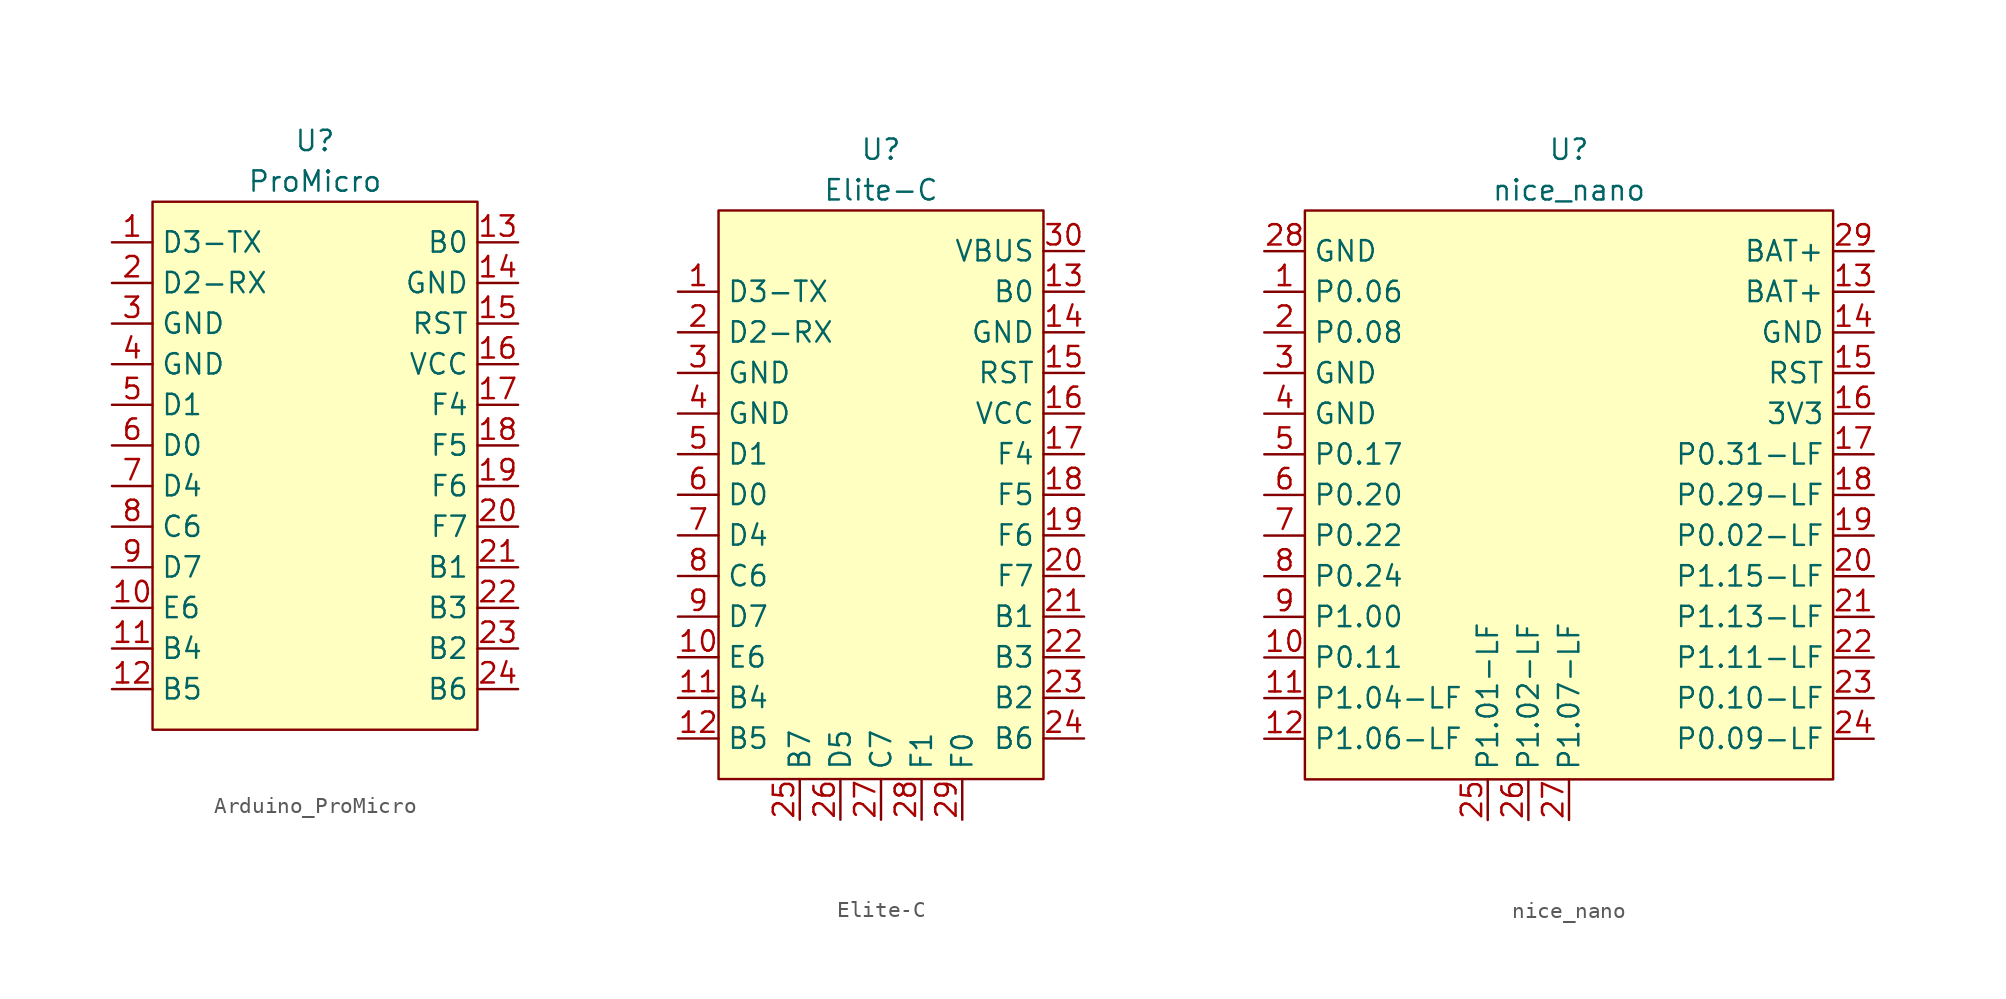
<source format=kicad_sym>
(kicad_symbol_lib
  (version 20231120)
  (generator "kicad_symbol_editor")
  (generator_version "8.0")
  (symbol "Arduino_ProMicro"
    (property "Reference" "U"
      (at 0 20.32 0)
      (effects (font (size 1.27 1.27))))
    (property "Value" "ProMicro"
      (at 0 17.78 0)
      (effects (font (size 1.27 1.27))))
    (symbol "Arduino_ProMicro_0_0"
      (pin bidirectional line (at -12.7 13.97 0) (length 2.54) (name "D3-TX" (effects (font (size 1.27 1.27)))) (number "1" (effects (font (size 1.27 1.27)))))
      (pin bidirectional line (at -12.7 -8.89 0) (length 2.54) (name "E6" (effects (font (size 1.27 1.27)))) (number "10" (effects (font (size 1.27 1.27)))))
      (pin bidirectional line (at -12.7 -11.43 0) (length 2.54) (name "B4" (effects (font (size 1.27 1.27)))) (number "11" (effects (font (size 1.27 1.27)))))
      (pin bidirectional line (at -12.7 -13.97 0) (length 2.54) (name "B5" (effects (font (size 1.27 1.27)))) (number "12" (effects (font (size 1.27 1.27)))))
      (pin power_out line (at 12.7 11.43 180) (length 2.54) (name "GND" (effects (font (size 1.27 1.27)))) (number "14" (effects (font (size 1.27 1.27)))))
      (pin bidirectional line (at 12.7 8.89 180) (length 2.54) (name "RST" (effects (font (size 1.27 1.27)))) (number "15" (effects (font (size 1.27 1.27)))))
      (pin bidirectional line (at 12.7 3.81 180) (length 2.54) (name "F4" (effects (font (size 1.27 1.27)))) (number "17" (effects (font (size 1.27 1.27)))))
      (pin bidirectional line (at 12.7 1.27 180) (length 2.54) (name "F5" (effects (font (size 1.27 1.27)))) (number "18" (effects (font (size 1.27 1.27)))))
      (pin bidirectional line (at 12.7 -1.27 180) (length 2.54) (name "F6" (effects (font (size 1.27 1.27)))) (number "19" (effects (font (size 1.27 1.27)))))
      (pin bidirectional line (at -12.7 11.43 0) (length 2.54) (name "D2-RX" (effects (font (size 1.27 1.27)))) (number "2" (effects (font (size 1.27 1.27)))))
      (pin bidirectional line (at 12.7 -3.81 180) (length 2.54) (name "F7" (effects (font (size 1.27 1.27)))) (number "20" (effects (font (size 1.27 1.27)))))
      (pin bidirectional line (at 12.7 -6.35 180) (length 2.54) (name "B1" (effects (font (size 1.27 1.27)))) (number "21" (effects (font (size 1.27 1.27)))))
      (pin bidirectional line (at 12.7 -8.89 180) (length 2.54) (name "B3" (effects (font (size 1.27 1.27)))) (number "22" (effects (font (size 1.27 1.27)))))
      (pin bidirectional line (at 12.7 -11.43 180) (length 2.54) (name "B2" (effects (font (size 1.27 1.27)))) (number "23" (effects (font (size 1.27 1.27)))))
      (pin bidirectional line (at 12.7 -13.97 180) (length 2.54) (name "B6" (effects (font (size 1.27 1.27)))) (number "24" (effects (font (size 1.27 1.27)))))
      (pin power_out line (at -12.7 8.89 0) (length 2.54) (name "GND" (effects (font (size 1.27 1.27)))) (number "3" (effects (font (size 1.27 1.27)))))
      (pin power_out line (at -12.7 6.35 0) (length 2.54) (name "GND" (effects (font (size 1.27 1.27)))) (number "4" (effects (font (size 1.27 1.27)))))
      (pin bidirectional line (at -12.7 3.81 0) (length 2.54) (name "D1" (effects (font (size 1.27 1.27)))) (number "5" (effects (font (size 1.27 1.27)))))
      (pin bidirectional line (at -12.7 1.27 0) (length 2.54) (name "D0" (effects (font (size 1.27 1.27)))) (number "6" (effects (font (size 1.27 1.27)))))
      (pin bidirectional line (at -12.7 -1.27 0) (length 2.54) (name "D4" (effects (font (size 1.27 1.27)))) (number "7" (effects (font (size 1.27 1.27)))))
      (pin bidirectional line (at -12.7 -3.81 0) (length 2.54) (name "C6" (effects (font (size 1.27 1.27)))) (number "8" (effects (font (size 1.27 1.27)))))
      (pin bidirectional line (at -12.7 -6.35 0) (length 2.54) (name "D7" (effects (font (size 1.27 1.27)))) (number "9" (effects (font (size 1.27 1.27))))))
    (symbol "Arduino_ProMicro_1_0"
      (pin bidirectional line (at 12.7 13.97 180) (length 2.54) (name "B0" (effects (font (size 1.27 1.27)))) (number "13" (effects (font (size 1.27 1.27)))))
      (pin power_out line (at 12.7 6.35 180) (length 2.54) (name "VCC" (effects (font (size 1.27 1.27)))) (number "16" (effects (font (size 1.27 1.27))))))
    (symbol "Arduino_ProMicro_1_1"
      (rectangle (start -10.16 16.51) (end 10.16 -16.51) (stroke (width 0) (type default)) (fill (type background)))))
  (symbol "Elite-C"
    (property "Reference" "U"
      (at 0 22.86 0)
      (effects (font (size 1.27 1.27))))
    (property "Value" "Elite-C"
      (at 0 20.32 0)
      (effects (font (size 1.27 1.27))))
    (symbol "Elite-C_0_0"
      (pin bidirectional line (at -12.7 13.97 0) (length 2.54) (name "D3-TX" (effects (font (size 1.27 1.27)))) (number "1" (effects (font (size 1.27 1.27)))))
      (pin bidirectional line (at -12.7 -8.89 0) (length 2.54) (name "E6" (effects (font (size 1.27 1.27)))) (number "10" (effects (font (size 1.27 1.27)))))
      (pin bidirectional line (at -12.7 -11.43 0) (length 2.54) (name "B4" (effects (font (size 1.27 1.27)))) (number "11" (effects (font (size 1.27 1.27)))))
      (pin bidirectional line (at -12.7 -13.97 0) (length 2.54) (name "B5" (effects (font (size 1.27 1.27)))) (number "12" (effects (font (size 1.27 1.27)))))
      (pin power_out line (at 12.7 11.43 180) (length 2.54) (name "GND" (effects (font (size 1.27 1.27)))) (number "14" (effects (font (size 1.27 1.27)))))
      (pin bidirectional line (at 12.7 8.89 180) (length 2.54) (name "RST" (effects (font (size 1.27 1.27)))) (number "15" (effects (font (size 1.27 1.27)))))
      (pin bidirectional line (at 12.7 3.81 180) (length 2.54) (name "F4" (effects (font (size 1.27 1.27)))) (number "17" (effects (font (size 1.27 1.27)))))
      (pin bidirectional line (at 12.7 1.27 180) (length 2.54) (name "F5" (effects (font (size 1.27 1.27)))) (number "18" (effects (font (size 1.27 1.27)))))
      (pin bidirectional line (at 12.7 -1.27 180) (length 2.54) (name "F6" (effects (font (size 1.27 1.27)))) (number "19" (effects (font (size 1.27 1.27)))))
      (pin bidirectional line (at -12.7 11.43 0) (length 2.54) (name "D2-RX" (effects (font (size 1.27 1.27)))) (number "2" (effects (font (size 1.27 1.27)))))
      (pin bidirectional line (at 12.7 -3.81 180) (length 2.54) (name "F7" (effects (font (size 1.27 1.27)))) (number "20" (effects (font (size 1.27 1.27)))))
      (pin bidirectional line (at 12.7 -6.35 180) (length 2.54) (name "B1" (effects (font (size 1.27 1.27)))) (number "21" (effects (font (size 1.27 1.27)))))
      (pin bidirectional line (at 12.7 -8.89 180) (length 2.54) (name "B3" (effects (font (size 1.27 1.27)))) (number "22" (effects (font (size 1.27 1.27)))))
      (pin bidirectional line (at 12.7 -11.43 180) (length 2.54) (name "B2" (effects (font (size 1.27 1.27)))) (number "23" (effects (font (size 1.27 1.27)))))
      (pin bidirectional line (at 12.7 -13.97 180) (length 2.54) (name "B6" (effects (font (size 1.27 1.27)))) (number "24" (effects (font (size 1.27 1.27)))))
      (pin power_out line (at -12.7 8.89 0) (length 2.54) (name "GND" (effects (font (size 1.27 1.27)))) (number "3" (effects (font (size 1.27 1.27)))))
      (pin power_out line (at -12.7 6.35 0) (length 2.54) (name "GND" (effects (font (size 1.27 1.27)))) (number "4" (effects (font (size 1.27 1.27)))))
      (pin bidirectional line (at -12.7 3.81 0) (length 2.54) (name "D1" (effects (font (size 1.27 1.27)))) (number "5" (effects (font (size 1.27 1.27)))))
      (pin bidirectional line (at -12.7 1.27 0) (length 2.54) (name "D0" (effects (font (size 1.27 1.27)))) (number "6" (effects (font (size 1.27 1.27)))))
      (pin bidirectional line (at -12.7 -1.27 0) (length 2.54) (name "D4" (effects (font (size 1.27 1.27)))) (number "7" (effects (font (size 1.27 1.27)))))
      (pin bidirectional line (at -12.7 -3.81 0) (length 2.54) (name "C6" (effects (font (size 1.27 1.27)))) (number "8" (effects (font (size 1.27 1.27)))))
      (pin bidirectional line (at -12.7 -6.35 0) (length 2.54) (name "D7" (effects (font (size 1.27 1.27)))) (number "9" (effects (font (size 1.27 1.27))))))
    (symbol "Elite-C_1_0"
      (pin bidirectional line (at 12.7 13.97 180) (length 2.54) (name "B0" (effects (font (size 1.27 1.27)))) (number "13" (effects (font (size 1.27 1.27)))))
      (pin power_out line (at 12.7 6.35 180) (length 2.54) (name "VCC" (effects (font (size 1.27 1.27)))) (number "16" (effects (font (size 1.27 1.27)))))
      (pin bidirectional line (at -5.08 -19.05 90) (length 2.54) (name "B7" (effects (font (size 1.27 1.27)))) (number "25" (effects (font (size 1.27 1.27)))))
      (pin bidirectional line (at -2.54 -19.05 90) (length 2.54) (name "D5" (effects (font (size 1.27 1.27)))) (number "26" (effects (font (size 1.27 1.27)))))
      (pin bidirectional line (at 0 -19.05 90) (length 2.54) (name "C7" (effects (font (size 1.27 1.27)))) (number "27" (effects (font (size 1.27 1.27)))))
      (pin bidirectional line (at 2.54 -19.05 90) (length 2.54) (name "F1" (effects (font (size 1.27 1.27)))) (number "28" (effects (font (size 1.27 1.27)))))
      (pin bidirectional line (at 5.08 -19.05 90) (length 2.54) (name "F0" (effects (font (size 1.27 1.27)))) (number "29" (effects (font (size 1.27 1.27)))))
      (pin power_in line (at 12.7 16.51 180) (length 2.54) (name "VBUS" (effects (font (size 1.27 1.27)))) (number "30" (effects (font (size 1.27 1.27))))))
    (symbol "Elite-C_1_1"
      (rectangle (start -10.16 19.05) (end 10.16 -16.51) (stroke (width 0) (type default)) (fill (type background)))))
  (symbol "nice_nano"
    (property "Reference" "U"
      (at 0 22.86 0)
      (effects (font (size 1.27 1.27))))
    (property "Value" "nice_nano"
      (at 0 20.32 0)
      (effects (font (size 1.27 1.27))))
    (symbol "nice_nano_0_0"
      (pin bidirectional line (at -19.05 13.97 0) (length 2.54) (name "P0.06" (effects (font (size 1.27 1.27)))) (number "1" (effects (font (size 1.27 1.27)))))
      (pin bidirectional line (at -19.05 -8.89 0) (length 2.54) (name "P0.11" (effects (font (size 1.27 1.27)))) (number "10" (effects (font (size 1.27 1.27)))))
      (pin bidirectional line (at -19.05 -11.43 0) (length 2.54) (name "P1.04-LF" (effects (font (size 1.27 1.27)))) (number "11" (effects (font (size 1.27 1.27)))))
      (pin bidirectional line (at -19.05 -13.97 0) (length 2.54) (name "P1.06-LF" (effects (font (size 1.27 1.27)))) (number "12" (effects (font (size 1.27 1.27)))))
      (pin power_out line (at 19.05 11.43 180) (length 2.54) (name "GND" (effects (font (size 1.27 1.27)))) (number "14" (effects (font (size 1.27 1.27)))))
      (pin bidirectional line (at 19.05 8.89 180) (length 2.54) (name "RST" (effects (font (size 1.27 1.27)))) (number "15" (effects (font (size 1.27 1.27)))))
      (pin bidirectional line (at 19.05 3.81 180) (length 2.54) (name "P0.31-LF" (effects (font (size 1.27 1.27)))) (number "17" (effects (font (size 1.27 1.27)))))
      (pin bidirectional line (at 19.05 1.27 180) (length 2.54) (name "P0.29-LF" (effects (font (size 1.27 1.27)))) (number "18" (effects (font (size 1.27 1.27)))))
      (pin bidirectional line (at 19.05 -1.27 180) (length 2.54) (name "P0.02-LF" (effects (font (size 1.27 1.27)))) (number "19" (effects (font (size 1.27 1.27)))))
      (pin bidirectional line (at -19.05 11.43 0) (length 2.54) (name "P0.08" (effects (font (size 1.27 1.27)))) (number "2" (effects (font (size 1.27 1.27)))))
      (pin bidirectional line (at 19.05 -3.81 180) (length 2.54) (name "P1.15-LF" (effects (font (size 1.27 1.27)))) (number "20" (effects (font (size 1.27 1.27)))))
      (pin bidirectional line (at 19.05 -6.35 180) (length 2.54) (name "P1.13-LF" (effects (font (size 1.27 1.27)))) (number "21" (effects (font (size 1.27 1.27)))))
      (pin bidirectional line (at 19.05 -8.89 180) (length 2.54) (name "P1.11-LF" (effects (font (size 1.27 1.27)))) (number "22" (effects (font (size 1.27 1.27)))))
      (pin bidirectional line (at 19.05 -13.97 180) (length 2.54) (name "P0.09-LF" (effects (font (size 1.27 1.27)))) (number "24" (effects (font (size 1.27 1.27)))))
      (pin power_out line (at -19.05 8.89 0) (length 2.54) (name "GND" (effects (font (size 1.27 1.27)))) (number "3" (effects (font (size 1.27 1.27)))))
      (pin power_out line (at -19.05 6.35 0) (length 2.54) (name "GND" (effects (font (size 1.27 1.27)))) (number "4" (effects (font (size 1.27 1.27)))))
      (pin bidirectional line (at -19.05 3.81 0) (length 2.54) (name "P0.17" (effects (font (size 1.27 1.27)))) (number "5" (effects (font (size 1.27 1.27)))))
      (pin bidirectional line (at -19.05 1.27 0) (length 2.54) (name "P0.20" (effects (font (size 1.27 1.27)))) (number "6" (effects (font (size 1.27 1.27)))))
      (pin bidirectional line (at -19.05 -1.27 0) (length 2.54) (name "P0.22" (effects (font (size 1.27 1.27)))) (number "7" (effects (font (size 1.27 1.27)))))
      (pin bidirectional line (at -19.05 -3.81 0) (length 2.54) (name "P0.24" (effects (font (size 1.27 1.27)))) (number "8" (effects (font (size 1.27 1.27)))))
      (pin bidirectional line (at -19.05 -6.35 0) (length 2.54) (name "P1.00" (effects (font (size 1.27 1.27)))) (number "9" (effects (font (size 1.27 1.27))))))
    (symbol "nice_nano_1_0"
      (pin power_out line (at 19.05 13.97 180) (length 2.54) (name "BAT+" (effects (font (size 1.27 1.27)))) (number "13" (effects (font (size 1.27 1.27)))))
      (pin power_out line (at 19.05 6.35 180) (length 2.54) (name "3V3" (effects (font (size 1.27 1.27)))) (number "16" (effects (font (size 1.27 1.27)))))
      (pin bidirectional line (at 19.05 -11.43 180) (length 2.54) (name "P0.10-LF" (effects (font (size 1.27 1.27)))) (number "23" (effects (font (size 1.27 1.27)))))
      (pin bidirectional line (at -5.08 -19.05 90) (length 2.54) (name "P1.01-LF" (effects (font (size 1.27 1.27)))) (number "25" (effects (font (size 1.27 1.27)))))
      (pin bidirectional line (at -2.54 -19.05 90) (length 2.54) (name "P1.02-LF" (effects (font (size 1.27 1.27)))) (number "26" (effects (font (size 1.27 1.27)))))
      (pin bidirectional line (at 0 -19.05 90) (length 2.54) (name "P1.07-LF" (effects (font (size 1.27 1.27)))) (number "27" (effects (font (size 1.27 1.27)))))
      (pin power_out line (at -19.05 16.51 0) (length 2.54) (name "GND" (effects (font (size 1.27 1.27)))) (number "28" (effects (font (size 1.27 1.27)))))
      (pin power_out line (at 19.05 16.51 180) (length 2.54) (name "BAT+" (effects (font (size 1.27 1.27)))) (number "29" (effects (font (size 1.27 1.27))))))
    (symbol "nice_nano_1_1"
      (rectangle (start -16.51 19.05) (end 16.51 -16.51) (stroke (width 0) (type default)) (fill (type background))))))
</source>
